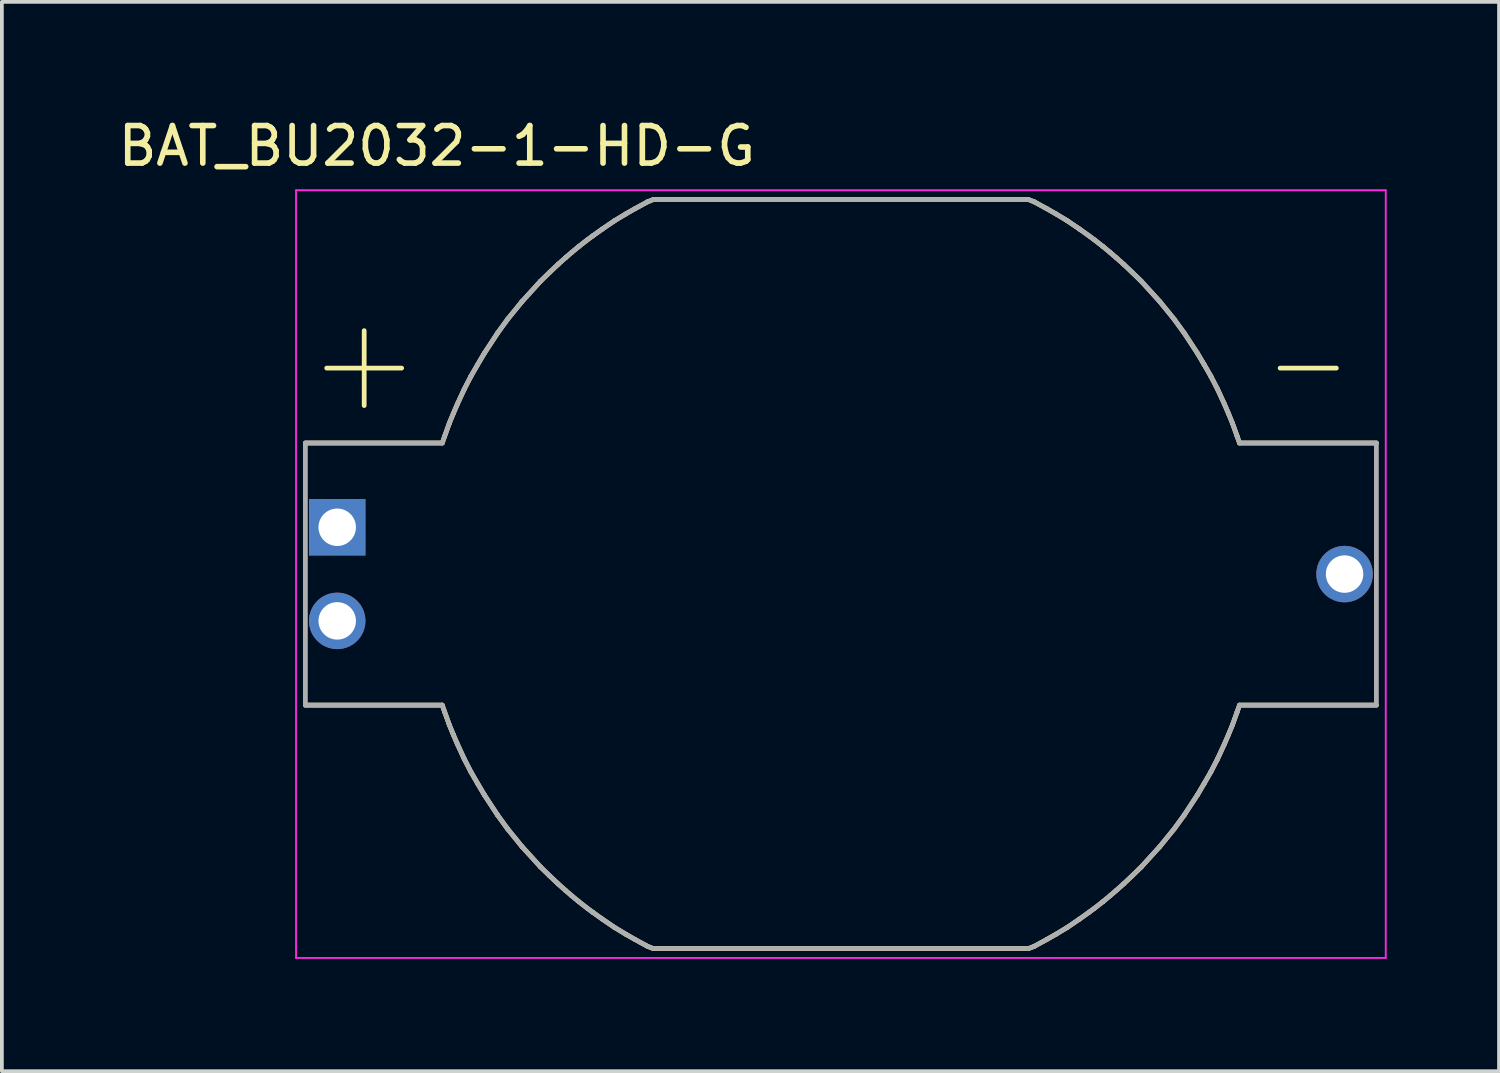
<source format=kicad_pcb>
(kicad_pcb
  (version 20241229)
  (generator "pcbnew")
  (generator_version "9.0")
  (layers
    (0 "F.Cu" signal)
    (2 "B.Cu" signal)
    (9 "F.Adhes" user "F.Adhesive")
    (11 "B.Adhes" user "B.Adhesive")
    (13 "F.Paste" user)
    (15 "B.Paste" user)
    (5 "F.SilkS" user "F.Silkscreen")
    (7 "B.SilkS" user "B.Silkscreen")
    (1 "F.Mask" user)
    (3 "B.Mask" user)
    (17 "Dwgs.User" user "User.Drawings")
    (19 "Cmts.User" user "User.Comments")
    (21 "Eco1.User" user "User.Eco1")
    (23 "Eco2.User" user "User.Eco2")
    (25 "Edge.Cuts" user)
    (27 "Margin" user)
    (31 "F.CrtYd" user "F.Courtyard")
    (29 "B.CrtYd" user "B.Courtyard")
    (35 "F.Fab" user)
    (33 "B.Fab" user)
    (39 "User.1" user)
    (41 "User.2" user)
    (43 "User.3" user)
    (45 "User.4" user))
  (footprint "BAT_BU2032-1-HD-G"
    (layer "F.Cu")
    (at 19.405 12.28)
    (property "Reference" "BAT_BU2032-1-HD-G" (at -10.789 -11.431 0) (layer "F.SilkS") (effects (font (size 1.002 1.002) (thickness 0.15))))
    (attr through_hole)
    (fp_line (start -14.3 -3.5) (end -10.645 -3.5) (stroke (width 0.127) (type solid)) (layer "F.SilkS"))
    (fp_line (start -14.3 3.5) (end -10.645 3.5) (stroke (width 0.127) (type solid)) (layer "F.SilkS"))
    (fp_line (start -13.73 -5.5) (end -11.73 -5.5) (stroke (width 0.127) (type solid)) (layer "F.SilkS"))
    (fp_line (start -12.73 -6.5) (end -12.73 -4.5) (stroke (width 0.127) (type solid)) (layer "F.SilkS"))
    (fp_line (start -10.645 -3.5) (end -10.581 -3.681) (stroke (width 0.127) (type solid)) (layer "F.SilkS"))
    (fp_line (start -10.645 3.5) (end -10.581 3.681) (stroke (width 0.127) (type solid)) (layer "F.SilkS"))
    (fp_line (start -10.581 -3.681) (end -10.458 -4.024) (stroke (width 0.127) (type solid)) (layer "F.SilkS"))
    (fp_line (start -10.581 3.681) (end -10.458 4.024) (stroke (width 0.127) (type solid)) (layer "F.SilkS"))
    (fp_line (start -10.458 -4.024) (end -10.35 -4.287) (stroke (width 0.127) (type solid)) (layer "F.SilkS"))
    (fp_line (start -10.458 4.024) (end -10.35 4.287) (stroke (width 0.127) (type solid)) (layer "F.SilkS"))
    (fp_line (start -10.35 -4.287) (end -10.242 -4.538) (stroke (width 0.127) (type solid)) (layer "F.SilkS"))
    (fp_line (start -10.35 4.287) (end -10.242 4.538) (stroke (width 0.127) (type solid)) (layer "F.SilkS"))
    (fp_line (start -10.242 -4.538) (end -10.058 -4.937) (stroke (width 0.127) (type solid)) (layer "F.SilkS"))
    (fp_line (start -10.242 4.538) (end -10.058 4.937) (stroke (width 0.127) (type solid)) (layer "F.SilkS"))
    (fp_line (start -10.058 -4.937) (end -9.88 -5.282) (stroke (width 0.127) (type solid)) (layer "F.SilkS"))
    (fp_line (start -10.058 4.937) (end -9.88 5.282) (stroke (width 0.127) (type solid)) (layer "F.SilkS"))
    (fp_line (start -9.88 -5.282) (end -9.7 -5.594) (stroke (width 0.127) (type solid)) (layer "F.SilkS"))
    (fp_line (start -9.88 5.282) (end -9.7 5.594) (stroke (width 0.127) (type solid)) (layer "F.SilkS"))
    (fp_line (start -9.7 -5.594) (end -9.524 -5.892) (stroke (width 0.127) (type solid)) (layer "F.SilkS"))
    (fp_line (start -9.7 5.594) (end -9.524 5.892) (stroke (width 0.127) (type solid)) (layer "F.SilkS"))
    (fp_line (start -9.524 -5.892) (end -9.168 -6.436) (stroke (width 0.127) (type solid)) (layer "F.SilkS"))
    (fp_line (start -9.524 5.892) (end -9.168 6.436) (stroke (width 0.127) (type solid)) (layer "F.SilkS"))
    (fp_line (start -9.168 -6.436) (end -8.897 -6.809) (stroke (width 0.127) (type solid)) (layer "F.SilkS"))
    (fp_line (start -9.168 6.436) (end -8.897 6.809) (stroke (width 0.127) (type solid)) (layer "F.SilkS"))
    (fp_line (start -8.897 -6.809) (end -8.516 -7.277) (stroke (width 0.127) (type solid)) (layer "F.SilkS"))
    (fp_line (start -8.897 6.809) (end -8.516 7.277) (stroke (width 0.127) (type solid)) (layer "F.SilkS"))
    (fp_line (start -8.516 -7.277) (end -8.022 -7.82) (stroke (width 0.127) (type solid)) (layer "F.SilkS"))
    (fp_line (start -8.516 7.277) (end -8.022 7.82) (stroke (width 0.127) (type solid)) (layer "F.SilkS"))
    (fp_line (start -8.022 -7.82) (end -7.774 -8.061) (stroke (width 0.127) (type solid)) (layer "F.SilkS"))
    (fp_line (start -8.022 7.82) (end -7.774 8.061) (stroke (width 0.127) (type solid)) (layer "F.SilkS"))
    (fp_line (start -7.774 -8.061) (end -7.55 -8.273) (stroke (width 0.127) (type solid)) (layer "F.SilkS"))
    (fp_line (start -7.774 8.061) (end -7.55 8.273) (stroke (width 0.127) (type solid)) (layer "F.SilkS"))
    (fp_line (start -7.55 -8.273) (end -7.354 -8.447) (stroke (width 0.127) (type solid)) (layer "F.SilkS"))
    (fp_line (start -7.55 8.273) (end -7.354 8.447) (stroke (width 0.127) (type solid)) (layer "F.SilkS"))
    (fp_line (start -7.354 -8.447) (end -7.193 -8.586) (stroke (width 0.127) (type solid)) (layer "F.SilkS"))
    (fp_line (start -7.354 8.447) (end -7.193 8.586) (stroke (width 0.127) (type solid)) (layer "F.SilkS"))
    (fp_line (start -7.193 -8.586) (end -7 -8.746) (stroke (width 0.127) (type solid)) (layer "F.SilkS"))
    (fp_line (start -7.193 8.586) (end -7 8.746) (stroke (width 0.127) (type solid)) (layer "F.SilkS"))
    (fp_line (start -7 -8.746) (end -6.779 -8.919) (stroke (width 0.127) (type solid)) (layer "F.SilkS"))
    (fp_line (start -7 8.746) (end -6.779 8.919) (stroke (width 0.127) (type solid)) (layer "F.SilkS"))
    (fp_line (start -6.779 -8.919) (end -6.628 -9.03) (stroke (width 0.127) (type solid)) (layer "F.SilkS"))
    (fp_line (start -6.779 8.919) (end -6.628 9.03) (stroke (width 0.127) (type solid)) (layer "F.SilkS"))
    (fp_line (start -6.628 -9.03) (end -6.375 -9.211) (stroke (width 0.127) (type solid)) (layer "F.SilkS"))
    (fp_line (start -6.628 9.03) (end -6.375 9.211) (stroke (width 0.127) (type solid)) (layer "F.SilkS"))
    (fp_line (start -6.375 -9.211) (end -6.049 -9.433) (stroke (width 0.127) (type solid)) (layer "F.SilkS"))
    (fp_line (start -6.375 9.211) (end -6.049 9.433) (stroke (width 0.127) (type solid)) (layer "F.SilkS"))
    (fp_line (start -6.049 -9.433) (end -5.741 -9.619) (stroke (width 0.127) (type solid)) (layer "F.SilkS"))
    (fp_line (start -6.049 9.433) (end -5.741 9.619) (stroke (width 0.127) (type solid)) (layer "F.SilkS"))
    (fp_line (start -5.741 -9.619) (end -5.497 -9.758) (stroke (width 0.127) (type solid)) (layer "F.SilkS"))
    (fp_line (start -5.741 9.619) (end -5.497 9.758) (stroke (width 0.127) (type solid)) (layer "F.SilkS"))
    (fp_line (start -5.497 -9.758) (end -5.166 -9.939) (stroke (width 0.127) (type solid)) (layer "F.SilkS"))
    (fp_line (start -5.497 9.758) (end -5.166 9.939) (stroke (width 0.127) (type solid)) (layer "F.SilkS"))
    (fp_line (start -5.166 -9.939) (end -5.013 -10) (stroke (width 0.127) (type solid)) (layer "F.SilkS"))
    (fp_line (start -5.166 9.939) (end -5.013 10) (stroke (width 0.127) (type solid)) (layer "F.SilkS"))
    (fp_line (start -5 -10) (end 5 -10) (stroke (width 0.127) (type solid)) (layer "F.SilkS"))
    (fp_line (start -5 10) (end 5 10) (stroke (width 0.127) (type solid)) (layer "F.SilkS"))
    (fp_line (start 5.166 -9.939) (end 5.013 -10) (stroke (width 0.127) (type solid)) (layer "F.SilkS"))
    (fp_line (start 5.166 9.939) (end 5.013 10) (stroke (width 0.127) (type solid)) (layer "F.SilkS"))
    (fp_line (start 5.497 -9.758) (end 5.166 -9.939) (stroke (width 0.127) (type solid)) (layer "F.SilkS"))
    (fp_line (start 5.497 9.758) (end 5.166 9.939) (stroke (width 0.127) (type solid)) (layer "F.SilkS"))
    (fp_line (start 5.741 -9.619) (end 5.497 -9.758) (stroke (width 0.127) (type solid)) (layer "F.SilkS"))
    (fp_line (start 5.741 9.619) (end 5.497 9.758) (stroke (width 0.127) (type solid)) (layer "F.SilkS"))
    (fp_line (start 6.049 -9.433) (end 5.741 -9.619) (stroke (width 0.127) (type solid)) (layer "F.SilkS"))
    (fp_line (start 6.049 9.433) (end 5.741 9.619) (stroke (width 0.127) (type solid)) (layer "F.SilkS"))
    (fp_line (start 6.375 -9.211) (end 6.049 -9.433) (stroke (width 0.127) (type solid)) (layer "F.SilkS"))
    (fp_line (start 6.375 9.211) (end 6.049 9.433) (stroke (width 0.127) (type solid)) (layer "F.SilkS"))
    (fp_line (start 6.628 -9.03) (end 6.375 -9.211) (stroke (width 0.127) (type solid)) (layer "F.SilkS"))
    (fp_line (start 6.628 9.03) (end 6.375 9.211) (stroke (width 0.127) (type solid)) (layer "F.SilkS"))
    (fp_line (start 6.779 -8.919) (end 6.628 -9.03) (stroke (width 0.127) (type solid)) (layer "F.SilkS"))
    (fp_line (start 6.779 8.919) (end 6.628 9.03) (stroke (width 0.127) (type solid)) (layer "F.SilkS"))
    (fp_line (start 7 -8.746) (end 6.779 -8.919) (stroke (width 0.127) (type solid)) (layer "F.SilkS"))
    (fp_line (start 7 8.746) (end 6.779 8.919) (stroke (width 0.127) (type solid)) (layer "F.SilkS"))
    (fp_line (start 7.193 -8.586) (end 7 -8.746) (stroke (width 0.127) (type solid)) (layer "F.SilkS"))
    (fp_line (start 7.193 8.586) (end 7 8.746) (stroke (width 0.127) (type solid)) (layer "F.SilkS"))
    (fp_line (start 7.354 -8.447) (end 7.193 -8.586) (stroke (width 0.127) (type solid)) (layer "F.SilkS"))
    (fp_line (start 7.354 8.447) (end 7.193 8.586) (stroke (width 0.127) (type solid)) (layer "F.SilkS"))
    (fp_line (start 7.55 -8.273) (end 7.354 -8.447) (stroke (width 0.127) (type solid)) (layer "F.SilkS"))
    (fp_line (start 7.55 8.273) (end 7.354 8.447) (stroke (width 0.127) (type solid)) (layer "F.SilkS"))
    (fp_line (start 7.774 -8.061) (end 7.55 -8.273) (stroke (width 0.127) (type solid)) (layer "F.SilkS"))
    (fp_line (start 7.774 8.061) (end 7.55 8.273) (stroke (width 0.127) (type solid)) (layer "F.SilkS"))
    (fp_line (start 8.022 -7.82) (end 7.774 -8.061) (stroke (width 0.127) (type solid)) (layer "F.SilkS"))
    (fp_line (start 8.022 7.82) (end 7.774 8.061) (stroke (width 0.127) (type solid)) (layer "F.SilkS"))
    (fp_line (start 8.516 -7.277) (end 8.022 -7.82) (stroke (width 0.127) (type solid)) (layer "F.SilkS"))
    (fp_line (start 8.516 7.277) (end 8.022 7.82) (stroke (width 0.127) (type solid)) (layer "F.SilkS"))
    (fp_line (start 8.897 -6.809) (end 8.516 -7.277) (stroke (width 0.127) (type solid)) (layer "F.SilkS"))
    (fp_line (start 8.897 6.809) (end 8.516 7.277) (stroke (width 0.127) (type solid)) (layer "F.SilkS"))
    (fp_line (start 9.168 -6.436) (end 8.897 -6.809) (stroke (width 0.127) (type solid)) (layer "F.SilkS"))
    (fp_line (start 9.168 6.436) (end 8.897 6.809) (stroke (width 0.127) (type solid)) (layer "F.SilkS"))
    (fp_line (start 9.524 -5.892) (end 9.168 -6.436) (stroke (width 0.127) (type solid)) (layer "F.SilkS"))
    (fp_line (start 9.524 5.892) (end 9.168 6.436) (stroke (width 0.127) (type solid)) (layer "F.SilkS"))
    (fp_line (start 9.7 -5.594) (end 9.524 -5.892) (stroke (width 0.127) (type solid)) (layer "F.SilkS"))
    (fp_line (start 9.7 5.594) (end 9.524 5.892) (stroke (width 0.127) (type solid)) (layer "F.SilkS"))
    (fp_line (start 9.88 -5.282) (end 9.7 -5.594) (stroke (width 0.127) (type solid)) (layer "F.SilkS"))
    (fp_line (start 9.88 5.282) (end 9.7 5.594) (stroke (width 0.127) (type solid)) (layer "F.SilkS"))
    (fp_line (start 10.058 -4.937) (end 9.88 -5.282) (stroke (width 0.127) (type solid)) (layer "F.SilkS"))
    (fp_line (start 10.058 4.937) (end 9.88 5.282) (stroke (width 0.127) (type solid)) (layer "F.SilkS"))
    (fp_line (start 10.242 -4.538) (end 10.058 -4.937) (stroke (width 0.127) (type solid)) (layer "F.SilkS"))
    (fp_line (start 10.242 4.538) (end 10.058 4.937) (stroke (width 0.127) (type solid)) (layer "F.SilkS"))
    (fp_line (start 10.35 -4.287) (end 10.242 -4.538) (stroke (width 0.127) (type solid)) (layer "F.SilkS"))
    (fp_line (start 10.35 4.287) (end 10.242 4.538) (stroke (width 0.127) (type solid)) (layer "F.SilkS"))
    (fp_line (start 10.458 -4.024) (end 10.35 -4.287) (stroke (width 0.127) (type solid)) (layer "F.SilkS"))
    (fp_line (start 10.458 4.024) (end 10.35 4.287) (stroke (width 0.127) (type solid)) (layer "F.SilkS"))
    (fp_line (start 10.581 -3.681) (end 10.458 -4.024) (stroke (width 0.127) (type solid)) (layer "F.SilkS"))
    (fp_line (start 10.581 3.681) (end 10.458 4.024) (stroke (width 0.127) (type solid)) (layer "F.SilkS"))
    (fp_line (start 10.645 -3.5) (end 10.581 -3.681) (stroke (width 0.127) (type solid)) (layer "F.SilkS"))
    (fp_line (start 10.645 3.5) (end 10.581 3.681) (stroke (width 0.127) (type solid)) (layer "F.SilkS"))
    (fp_line (start 11.73 -5.5) (end 13.23 -5.5) (stroke (width 0.127) (type solid)) (layer "F.SilkS"))
    (fp_line (start 14.3 -3.5) (end 10.645 -3.5) (stroke (width 0.127) (type solid)) (layer "F.SilkS"))
    (fp_line (start 14.3 3.5) (end 10.645 3.5) (stroke (width 0.127) (type solid)) (layer "F.SilkS"))
    (fp_line (start -14.55 -10.25) (end -14.55 10.25) (stroke (width 0.05) (type solid)) (layer "F.CrtYd"))
    (fp_line (start -14.55 10.25) (end 14.55 10.25) (stroke (width 0.05) (type solid)) (layer "F.CrtYd"))
    (fp_line (start 14.55 -10.25) (end -14.55 -10.25) (stroke (width 0.05) (type solid)) (layer "F.CrtYd"))
    (fp_line (start 14.55 10.25) (end 14.55 -10.25) (stroke (width 0.05) (type solid)) (layer "F.CrtYd"))
    (fp_line (start -14.3 -3.5) (end -10.645 -3.5) (stroke (width 0.127) (type solid)) (layer "F.Fab"))
    (fp_line (start -14.3 3.5) (end -14.3 -3.5) (stroke (width 0.127) (type solid)) (layer "F.Fab"))
    (fp_line (start -14.3 3.5) (end -10.645 3.5) (stroke (width 0.127) (type solid)) (layer "F.Fab"))
    (fp_line (start -10.645 -3.5) (end -10.581 -3.681) (stroke (width 0.127) (type solid)) (layer "F.Fab"))
    (fp_line (start -10.645 3.5) (end -10.581 3.681) (stroke (width 0.127) (type solid)) (layer "F.Fab"))
    (fp_line (start -10.581 -3.681) (end -10.458 -4.024) (stroke (width 0.127) (type solid)) (layer "F.Fab"))
    (fp_line (start -10.581 3.681) (end -10.458 4.024) (stroke (width 0.127) (type solid)) (layer "F.Fab"))
    (fp_line (start -10.458 -4.024) (end -10.35 -4.287) (stroke (width 0.127) (type solid)) (layer "F.Fab"))
    (fp_line (start -10.458 4.024) (end -10.35 4.287) (stroke (width 0.127) (type solid)) (layer "F.Fab"))
    (fp_line (start -10.35 -4.287) (end -10.242 -4.538) (stroke (width 0.127) (type solid)) (layer "F.Fab"))
    (fp_line (start -10.35 4.287) (end -10.242 4.538) (stroke (width 0.127) (type solid)) (layer "F.Fab"))
    (fp_line (start -10.242 -4.538) (end -10.058 -4.937) (stroke (width 0.127) (type solid)) (layer "F.Fab"))
    (fp_line (start -10.242 4.538) (end -10.058 4.937) (stroke (width 0.127) (type solid)) (layer "F.Fab"))
    (fp_line (start -10.058 -4.937) (end -9.88 -5.282) (stroke (width 0.127) (type solid)) (layer "F.Fab"))
    (fp_line (start -10.058 4.937) (end -9.88 5.282) (stroke (width 0.127) (type solid)) (layer "F.Fab"))
    (fp_line (start -9.88 -5.282) (end -9.7 -5.594) (stroke (width 0.127) (type solid)) (layer "F.Fab"))
    (fp_line (start -9.88 5.282) (end -9.7 5.594) (stroke (width 0.127) (type solid)) (layer "F.Fab"))
    (fp_line (start -9.7 -5.594) (end -9.524 -5.892) (stroke (width 0.127) (type solid)) (layer "F.Fab"))
    (fp_line (start -9.7 5.594) (end -9.524 5.892) (stroke (width 0.127) (type solid)) (layer "F.Fab"))
    (fp_line (start -9.524 -5.892) (end -9.168 -6.436) (stroke (width 0.127) (type solid)) (layer "F.Fab"))
    (fp_line (start -9.524 5.892) (end -9.168 6.436) (stroke (width 0.127) (type solid)) (layer "F.Fab"))
    (fp_line (start -9.168 -6.436) (end -8.897 -6.809) (stroke (width 0.127) (type solid)) (layer "F.Fab"))
    (fp_line (start -9.168 6.436) (end -8.897 6.809) (stroke (width 0.127) (type solid)) (layer "F.Fab"))
    (fp_line (start -8.897 -6.809) (end -8.516 -7.277) (stroke (width 0.127) (type solid)) (layer "F.Fab"))
    (fp_line (start -8.897 6.809) (end -8.516 7.277) (stroke (width 0.127) (type solid)) (layer "F.Fab"))
    (fp_line (start -8.516 -7.277) (end -8.022 -7.82) (stroke (width 0.127) (type solid)) (layer "F.Fab"))
    (fp_line (start -8.516 7.277) (end -8.022 7.82) (stroke (width 0.127) (type solid)) (layer "F.Fab"))
    (fp_line (start -8.022 -7.82) (end -7.774 -8.061) (stroke (width 0.127) (type solid)) (layer "F.Fab"))
    (fp_line (start -8.022 7.82) (end -7.774 8.061) (stroke (width 0.127) (type solid)) (layer "F.Fab"))
    (fp_line (start -7.774 -8.061) (end -7.55 -8.273) (stroke (width 0.127) (type solid)) (layer "F.Fab"))
    (fp_line (start -7.774 8.061) (end -7.55 8.273) (stroke (width 0.127) (type solid)) (layer "F.Fab"))
    (fp_line (start -7.55 -8.273) (end -7.354 -8.447) (stroke (width 0.127) (type solid)) (layer "F.Fab"))
    (fp_line (start -7.55 8.273) (end -7.354 8.447) (stroke (width 0.127) (type solid)) (layer "F.Fab"))
    (fp_line (start -7.354 -8.447) (end -7.193 -8.586) (stroke (width 0.127) (type solid)) (layer "F.Fab"))
    (fp_line (start -7.354 8.447) (end -7.193 8.586) (stroke (width 0.127) (type solid)) (layer "F.Fab"))
    (fp_line (start -7.193 -8.586) (end -7 -8.746) (stroke (width 0.127) (type solid)) (layer "F.Fab"))
    (fp_line (start -7.193 8.586) (end -7 8.746) (stroke (width 0.127) (type solid)) (layer "F.Fab"))
    (fp_line (start -7 -8.746) (end -6.779 -8.919) (stroke (width 0.127) (type solid)) (layer "F.Fab"))
    (fp_line (start -7 8.746) (end -6.779 8.919) (stroke (width 0.127) (type solid)) (layer "F.Fab"))
    (fp_line (start -6.779 -8.919) (end -6.628 -9.03) (stroke (width 0.127) (type solid)) (layer "F.Fab"))
    (fp_line (start -6.779 8.919) (end -6.628 9.03) (stroke (width 0.127) (type solid)) (layer "F.Fab"))
    (fp_line (start -6.628 -9.03) (end -6.375 -9.211) (stroke (width 0.127) (type solid)) (layer "F.Fab"))
    (fp_line (start -6.628 9.03) (end -6.375 9.211) (stroke (width 0.127) (type solid)) (layer "F.Fab"))
    (fp_line (start -6.375 -9.211) (end -6.049 -9.433) (stroke (width 0.127) (type solid)) (layer "F.Fab"))
    (fp_line (start -6.375 9.211) (end -6.049 9.433) (stroke (width 0.127) (type solid)) (layer "F.Fab"))
    (fp_line (start -6.049 -9.433) (end -5.741 -9.619) (stroke (width 0.127) (type solid)) (layer "F.Fab"))
    (fp_line (start -6.049 9.433) (end -5.741 9.619) (stroke (width 0.127) (type solid)) (layer "F.Fab"))
    (fp_line (start -5.741 -9.619) (end -5.497 -9.758) (stroke (width 0.127) (type solid)) (layer "F.Fab"))
    (fp_line (start -5.741 9.619) (end -5.497 9.758) (stroke (width 0.127) (type solid)) (layer "F.Fab"))
    (fp_line (start -5.497 -9.758) (end -5.166 -9.939) (stroke (width 0.127) (type solid)) (layer "F.Fab"))
    (fp_line (start -5.497 9.758) (end -5.166 9.939) (stroke (width 0.127) (type solid)) (layer "F.Fab"))
    (fp_line (start -5.166 -9.939) (end -5.013 -10) (stroke (width 0.127) (type solid)) (layer "F.Fab"))
    (fp_line (start -5.166 9.939) (end -5.013 10) (stroke (width 0.127) (type solid)) (layer "F.Fab"))
    (fp_line (start -5 -10) (end 5 -10) (stroke (width 0.127) (type solid)) (layer "F.Fab"))
    (fp_line (start -5 10) (end 5 10) (stroke (width 0.127) (type solid)) (layer "F.Fab"))
    (fp_line (start 5.166 -9.939) (end 5.013 -10) (stroke (width 0.127) (type solid)) (layer "F.Fab"))
    (fp_line (start 5.166 9.939) (end 5.013 10) (stroke (width 0.127) (type solid)) (layer "F.Fab"))
    (fp_line (start 5.497 -9.758) (end 5.166 -9.939) (stroke (width 0.127) (type solid)) (layer "F.Fab"))
    (fp_line (start 5.497 9.758) (end 5.166 9.939) (stroke (width 0.127) (type solid)) (layer "F.Fab"))
    (fp_line (start 5.741 -9.619) (end 5.497 -9.758) (stroke (width 0.127) (type solid)) (layer "F.Fab"))
    (fp_line (start 5.741 9.619) (end 5.497 9.758) (stroke (width 0.127) (type solid)) (layer "F.Fab"))
    (fp_line (start 6.049 -9.433) (end 5.741 -9.619) (stroke (width 0.127) (type solid)) (layer "F.Fab"))
    (fp_line (start 6.049 9.433) (end 5.741 9.619) (stroke (width 0.127) (type solid)) (layer "F.Fab"))
    (fp_line (start 6.375 -9.211) (end 6.049 -9.433) (stroke (width 0.127) (type solid)) (layer "F.Fab"))
    (fp_line (start 6.375 9.211) (end 6.049 9.433) (stroke (width 0.127) (type solid)) (layer "F.Fab"))
    (fp_line (start 6.628 -9.03) (end 6.375 -9.211) (stroke (width 0.127) (type solid)) (layer "F.Fab"))
    (fp_line (start 6.628 9.03) (end 6.375 9.211) (stroke (width 0.127) (type solid)) (layer "F.Fab"))
    (fp_line (start 6.779 -8.919) (end 6.628 -9.03) (stroke (width 0.127) (type solid)) (layer "F.Fab"))
    (fp_line (start 6.779 8.919) (end 6.628 9.03) (stroke (width 0.127) (type solid)) (layer "F.Fab"))
    (fp_line (start 7 -8.746) (end 6.779 -8.919) (stroke (width 0.127) (type solid)) (layer "F.Fab"))
    (fp_line (start 7 8.746) (end 6.779 8.919) (stroke (width 0.127) (type solid)) (layer "F.Fab"))
    (fp_line (start 7.193 -8.586) (end 7 -8.746) (stroke (width 0.127) (type solid)) (layer "F.Fab"))
    (fp_line (start 7.193 8.586) (end 7 8.746) (stroke (width 0.127) (type solid)) (layer "F.Fab"))
    (fp_line (start 7.354 -8.447) (end 7.193 -8.586) (stroke (width 0.127) (type solid)) (layer "F.Fab"))
    (fp_line (start 7.354 8.447) (end 7.193 8.586) (stroke (width 0.127) (type solid)) (layer "F.Fab"))
    (fp_line (start 7.55 -8.273) (end 7.354 -8.447) (stroke (width 0.127) (type solid)) (layer "F.Fab"))
    (fp_line (start 7.55 8.273) (end 7.354 8.447) (stroke (width 0.127) (type solid)) (layer "F.Fab"))
    (fp_line (start 7.774 -8.061) (end 7.55 -8.273) (stroke (width 0.127) (type solid)) (layer "F.Fab"))
    (fp_line (start 7.774 8.061) (end 7.55 8.273) (stroke (width 0.127) (type solid)) (layer "F.Fab"))
    (fp_line (start 8.022 -7.82) (end 7.774 -8.061) (stroke (width 0.127) (type solid)) (layer "F.Fab"))
    (fp_line (start 8.022 7.82) (end 7.774 8.061) (stroke (width 0.127) (type solid)) (layer "F.Fab"))
    (fp_line (start 8.516 -7.277) (end 8.022 -7.82) (stroke (width 0.127) (type solid)) (layer "F.Fab"))
    (fp_line (start 8.516 7.277) (end 8.022 7.82) (stroke (width 0.127) (type solid)) (layer "F.Fab"))
    (fp_line (start 8.897 -6.809) (end 8.516 -7.277) (stroke (width 0.127) (type solid)) (layer "F.Fab"))
    (fp_line (start 8.897 6.809) (end 8.516 7.277) (stroke (width 0.127) (type solid)) (layer "F.Fab"))
    (fp_line (start 9.168 -6.436) (end 8.897 -6.809) (stroke (width 0.127) (type solid)) (layer "F.Fab"))
    (fp_line (start 9.168 6.436) (end 8.897 6.809) (stroke (width 0.127) (type solid)) (layer "F.Fab"))
    (fp_line (start 9.524 -5.892) (end 9.168 -6.436) (stroke (width 0.127) (type solid)) (layer "F.Fab"))
    (fp_line (start 9.524 5.892) (end 9.168 6.436) (stroke (width 0.127) (type solid)) (layer "F.Fab"))
    (fp_line (start 9.7 -5.594) (end 9.524 -5.892) (stroke (width 0.127) (type solid)) (layer "F.Fab"))
    (fp_line (start 9.7 5.594) (end 9.524 5.892) (stroke (width 0.127) (type solid)) (layer "F.Fab"))
    (fp_line (start 9.88 -5.282) (end 9.7 -5.594) (stroke (width 0.127) (type solid)) (layer "F.Fab"))
    (fp_line (start 9.88 5.282) (end 9.7 5.594) (stroke (width 0.127) (type solid)) (layer "F.Fab"))
    (fp_line (start 10.058 -4.937) (end 9.88 -5.282) (stroke (width 0.127) (type solid)) (layer "F.Fab"))
    (fp_line (start 10.058 4.937) (end 9.88 5.282) (stroke (width 0.127) (type solid)) (layer "F.Fab"))
    (fp_line (start 10.242 -4.538) (end 10.058 -4.937) (stroke (width 0.127) (type solid)) (layer "F.Fab"))
    (fp_line (start 10.242 4.538) (end 10.058 4.937) (stroke (width 0.127) (type solid)) (layer "F.Fab"))
    (fp_line (start 10.35 -4.287) (end 10.242 -4.538) (stroke (width 0.127) (type solid)) (layer "F.Fab"))
    (fp_line (start 10.35 4.287) (end 10.242 4.538) (stroke (width 0.127) (type solid)) (layer "F.Fab"))
    (fp_line (start 10.458 -4.024) (end 10.35 -4.287) (stroke (width 0.127) (type solid)) (layer "F.Fab"))
    (fp_line (start 10.458 4.024) (end 10.35 4.287) (stroke (width 0.127) (type solid)) (layer "F.Fab"))
    (fp_line (start 10.581 -3.681) (end 10.458 -4.024) (stroke (width 0.127) (type solid)) (layer "F.Fab"))
    (fp_line (start 10.581 3.681) (end 10.458 4.024) (stroke (width 0.127) (type solid)) (layer "F.Fab"))
    (fp_line (start 10.645 -3.5) (end 10.581 -3.681) (stroke (width 0.127) (type solid)) (layer "F.Fab"))
    (fp_line (start 10.645 3.5) (end 10.581 3.681) (stroke (width 0.127) (type solid)) (layer "F.Fab"))
    (fp_line (start 14.3 -3.5) (end 10.645 -3.5) (stroke (width 0.127) (type solid)) (layer "F.Fab"))
    (fp_line (start 14.3 3.5) (end 10.645 3.5) (stroke (width 0.127) (type solid)) (layer "F.Fab"))
    (fp_line (start 14.3 3.5) (end 14.3 -3.5) (stroke (width 0.127) (type solid)) (layer "F.Fab"))
    (pad "1" thru_hole rect (at -13.45 -1.25) (size 1.508 1.508) (drill 1) (layers "*.Cu" "*.Mask"))
    (pad "2" thru_hole circle (at -13.45 1.25) (size 1.508 1.508) (drill 1) (layers "*.Cu" "*.Mask"))
    (pad "3" thru_hole circle (at 13.45 0) (size 1.508 1.508) (drill 1) (layers "*.Cu" "*.Mask")))
  (gr_rect
    (start -3 -3)
    (end 36.98 25.555)
    (stroke (width 0.1) (type default))
    (fill no)
    (layer "Edge.Cuts")))
</source>
